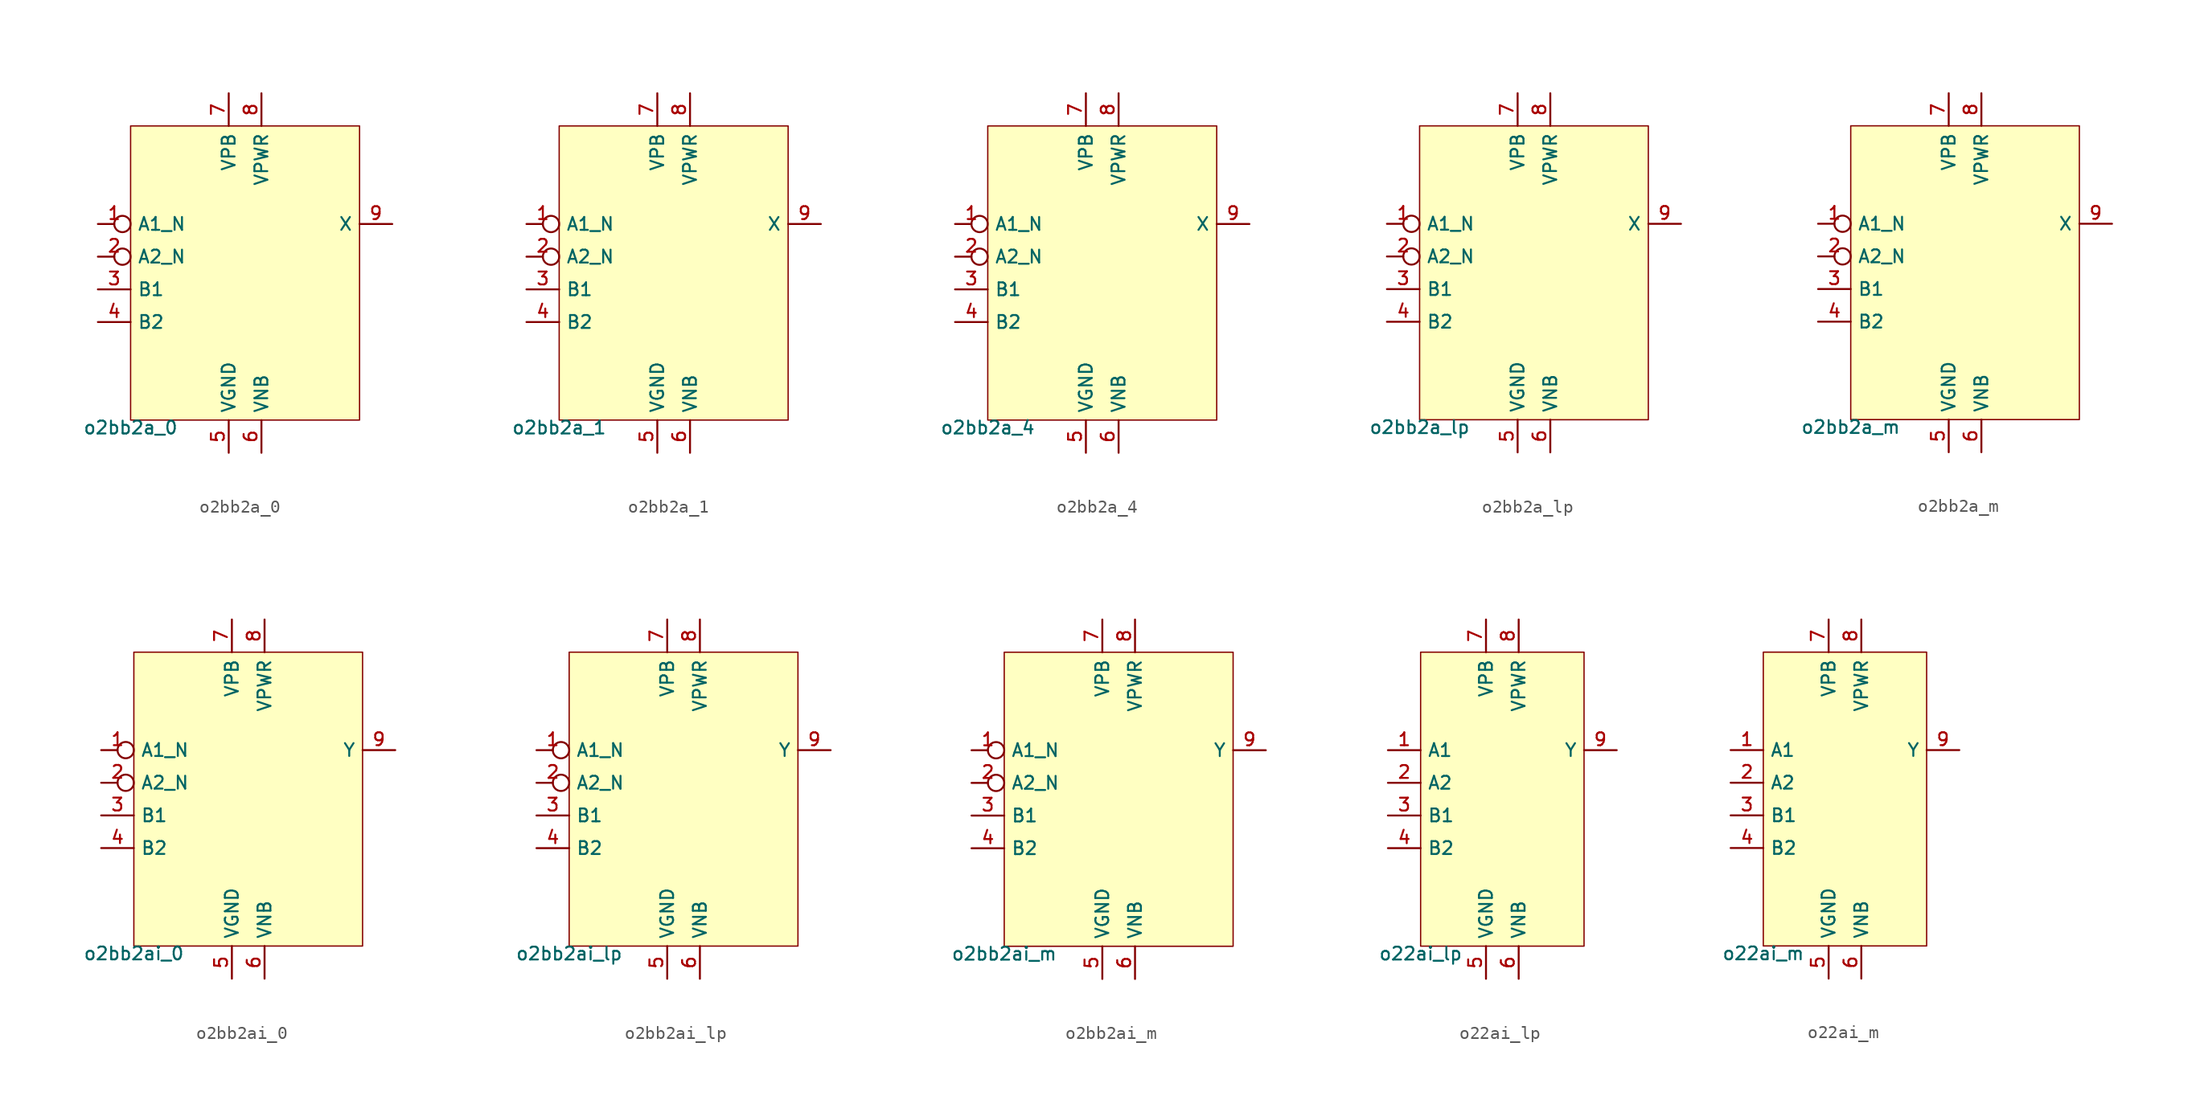
<source format=kicad_sym>
(kicad_symbol_lib
  (version 20211014)
  (generator pdk2kicad)
  (symbol "o2bb2a_0"
    (property "Reference" "X"
      (at 0 0 0)
      (effects (font (size 1 1)) hide))
    (property "Value" "o2bb2a_0"
      (at -8.89 -11.43 0)
      (effects (font (size 1 1)) (justify top)))
    (rectangle
      (start -8.89 -11.43)
      (end 8.89 11.43)
      (stroke (width 0.1) (type solid) (color 0 0 0 0))
      (fill (type background)))
    (pin input inverted
      (at -11.43 3.81 0)
      (length 2.54)
      (name "A1_N" (effects (font (size 1 1)) hide))
      (number "1" (effects (font (size 1 1)) hide)))
    (pin input inverted
      (at -11.43 1.27 0)
      (length 2.54)
      (name "A2_N" (effects (font (size 1 1)) hide))
      (number "2" (effects (font (size 1 1)) hide)))
    (pin input line
      (at -11.43 -1.27 0)
      (length 2.54)
      (name "B1" (effects (font (size 1 1)) hide))
      (number "3" (effects (font (size 1 1)) hide)))
    (pin input line
      (at -11.43 -3.81 0)
      (length 2.54)
      (name "B2" (effects (font (size 1 1)) hide))
      (number "4" (effects (font (size 1 1)) hide)))
    (pin power_in line
      (at -1.27 -13.97 90)
      (length 2.54)
      (name "VGND" (effects (font (size 1 1)) hide))
      (number "5" (effects (font (size 1 1)) hide)))
    (pin power_in line
      (at 1.27 -13.97 90)
      (length 2.54)
      (name "VNB" (effects (font (size 1 1)) hide))
      (number "6" (effects (font (size 1 1)) hide)))
    (pin power_in line
      (at -1.27 13.97 270)
      (length 2.54)
      (name "VPB" (effects (font (size 1 1)) hide))
      (number "7" (effects (font (size 1 1)) hide)))
    (pin power_in line
      (at 1.27 13.97 270)
      (length 2.54)
      (name "VPWR" (effects (font (size 1 1)) hide))
      (number "8" (effects (font (size 1 1)) hide)))
    (pin output line
      (at 11.43 3.81 180)
      (length 2.54)
      (name "X" (effects (font (size 1 1)) hide))
      (number "9" (effects (font (size 1 1)) hide))))
  (symbol "o2bb2a_1"
    (property "Reference" "X"
      (at 0 0 0)
      (effects (font (size 1 1)) hide))
    (property "Value" "o2bb2a_1"
      (at -8.89 -11.43 0)
      (effects (font (size 1 1)) (justify top)))
    (rectangle
      (start -8.89 -11.43)
      (end 8.89 11.43)
      (stroke (width 0.1) (type solid) (color 0 0 0 0))
      (fill (type background)))
    (pin input inverted
      (at -11.43 3.81 0)
      (length 2.54)
      (name "A1_N" (effects (font (size 1 1)) hide))
      (number "1" (effects (font (size 1 1)) hide)))
    (pin input inverted
      (at -11.43 1.27 0)
      (length 2.54)
      (name "A2_N" (effects (font (size 1 1)) hide))
      (number "2" (effects (font (size 1 1)) hide)))
    (pin input line
      (at -11.43 -1.27 0)
      (length 2.54)
      (name "B1" (effects (font (size 1 1)) hide))
      (number "3" (effects (font (size 1 1)) hide)))
    (pin input line
      (at -11.43 -3.81 0)
      (length 2.54)
      (name "B2" (effects (font (size 1 1)) hide))
      (number "4" (effects (font (size 1 1)) hide)))
    (pin power_in line
      (at -1.27 -13.97 90)
      (length 2.54)
      (name "VGND" (effects (font (size 1 1)) hide))
      (number "5" (effects (font (size 1 1)) hide)))
    (pin power_in line
      (at 1.27 -13.97 90)
      (length 2.54)
      (name "VNB" (effects (font (size 1 1)) hide))
      (number "6" (effects (font (size 1 1)) hide)))
    (pin power_in line
      (at -1.27 13.97 270)
      (length 2.54)
      (name "VPB" (effects (font (size 1 1)) hide))
      (number "7" (effects (font (size 1 1)) hide)))
    (pin power_in line
      (at 1.27 13.97 270)
      (length 2.54)
      (name "VPWR" (effects (font (size 1 1)) hide))
      (number "8" (effects (font (size 1 1)) hide)))
    (pin output line
      (at 11.43 3.81 180)
      (length 2.54)
      (name "X" (effects (font (size 1 1)) hide))
      (number "9" (effects (font (size 1 1)) hide))))
  (symbol "o2bb2a_4"
    (property "Reference" "X"
      (at 0 0 0)
      (effects (font (size 1 1)) hide))
    (property "Value" "o2bb2a_4"
      (at -8.89 -11.43 0)
      (effects (font (size 1 1)) (justify top)))
    (rectangle
      (start -8.89 -11.43)
      (end 8.89 11.43)
      (stroke (width 0.1) (type solid) (color 0 0 0 0))
      (fill (type background)))
    (pin input inverted
      (at -11.43 3.81 0)
      (length 2.54)
      (name "A1_N" (effects (font (size 1 1)) hide))
      (number "1" (effects (font (size 1 1)) hide)))
    (pin input inverted
      (at -11.43 1.27 0)
      (length 2.54)
      (name "A2_N" (effects (font (size 1 1)) hide))
      (number "2" (effects (font (size 1 1)) hide)))
    (pin input line
      (at -11.43 -1.27 0)
      (length 2.54)
      (name "B1" (effects (font (size 1 1)) hide))
      (number "3" (effects (font (size 1 1)) hide)))
    (pin input line
      (at -11.43 -3.81 0)
      (length 2.54)
      (name "B2" (effects (font (size 1 1)) hide))
      (number "4" (effects (font (size 1 1)) hide)))
    (pin power_in line
      (at -1.27 -13.97 90)
      (length 2.54)
      (name "VGND" (effects (font (size 1 1)) hide))
      (number "5" (effects (font (size 1 1)) hide)))
    (pin power_in line
      (at 1.27 -13.97 90)
      (length 2.54)
      (name "VNB" (effects (font (size 1 1)) hide))
      (number "6" (effects (font (size 1 1)) hide)))
    (pin power_in line
      (at -1.27 13.97 270)
      (length 2.54)
      (name "VPB" (effects (font (size 1 1)) hide))
      (number "7" (effects (font (size 1 1)) hide)))
    (pin power_in line
      (at 1.27 13.97 270)
      (length 2.54)
      (name "VPWR" (effects (font (size 1 1)) hide))
      (number "8" (effects (font (size 1 1)) hide)))
    (pin output line
      (at 11.43 3.81 180)
      (length 2.54)
      (name "X" (effects (font (size 1 1)) hide))
      (number "9" (effects (font (size 1 1)) hide))))
  (symbol "o2bb2a_lp"
    (property "Reference" "X"
      (at 0 0 0)
      (effects (font (size 1 1)) hide))
    (property "Value" "o2bb2a_lp"
      (at -8.89 -11.43 0)
      (effects (font (size 1 1)) (justify top)))
    (rectangle
      (start -8.89 -11.43)
      (end 8.89 11.43)
      (stroke (width 0.1) (type solid) (color 0 0 0 0))
      (fill (type background)))
    (pin input inverted
      (at -11.43 3.81 0)
      (length 2.54)
      (name "A1_N" (effects (font (size 1 1)) hide))
      (number "1" (effects (font (size 1 1)) hide)))
    (pin input inverted
      (at -11.43 1.27 0)
      (length 2.54)
      (name "A2_N" (effects (font (size 1 1)) hide))
      (number "2" (effects (font (size 1 1)) hide)))
    (pin input line
      (at -11.43 -1.27 0)
      (length 2.54)
      (name "B1" (effects (font (size 1 1)) hide))
      (number "3" (effects (font (size 1 1)) hide)))
    (pin input line
      (at -11.43 -3.81 0)
      (length 2.54)
      (name "B2" (effects (font (size 1 1)) hide))
      (number "4" (effects (font (size 1 1)) hide)))
    (pin power_in line
      (at -1.27 -13.97 90)
      (length 2.54)
      (name "VGND" (effects (font (size 1 1)) hide))
      (number "5" (effects (font (size 1 1)) hide)))
    (pin power_in line
      (at 1.27 -13.97 90)
      (length 2.54)
      (name "VNB" (effects (font (size 1 1)) hide))
      (number "6" (effects (font (size 1 1)) hide)))
    (pin power_in line
      (at -1.27 13.97 270)
      (length 2.54)
      (name "VPB" (effects (font (size 1 1)) hide))
      (number "7" (effects (font (size 1 1)) hide)))
    (pin power_in line
      (at 1.27 13.97 270)
      (length 2.54)
      (name "VPWR" (effects (font (size 1 1)) hide))
      (number "8" (effects (font (size 1 1)) hide)))
    (pin output line
      (at 11.43 3.81 180)
      (length 2.54)
      (name "X" (effects (font (size 1 1)) hide))
      (number "9" (effects (font (size 1 1)) hide))))
  (symbol "o2bb2a_m"
    (property "Reference" "X"
      (at 0 0 0)
      (effects (font (size 1 1)) hide))
    (property "Value" "o2bb2a_m"
      (at -8.89 -11.43 0)
      (effects (font (size 1 1)) (justify top)))
    (rectangle
      (start -8.89 -11.43)
      (end 8.89 11.43)
      (stroke (width 0.1) (type solid) (color 0 0 0 0))
      (fill (type background)))
    (pin input inverted
      (at -11.43 3.81 0)
      (length 2.54)
      (name "A1_N" (effects (font (size 1 1)) hide))
      (number "1" (effects (font (size 1 1)) hide)))
    (pin input inverted
      (at -11.43 1.27 0)
      (length 2.54)
      (name "A2_N" (effects (font (size 1 1)) hide))
      (number "2" (effects (font (size 1 1)) hide)))
    (pin input line
      (at -11.43 -1.27 0)
      (length 2.54)
      (name "B1" (effects (font (size 1 1)) hide))
      (number "3" (effects (font (size 1 1)) hide)))
    (pin input line
      (at -11.43 -3.81 0)
      (length 2.54)
      (name "B2" (effects (font (size 1 1)) hide))
      (number "4" (effects (font (size 1 1)) hide)))
    (pin power_in line
      (at -1.27 -13.97 90)
      (length 2.54)
      (name "VGND" (effects (font (size 1 1)) hide))
      (number "5" (effects (font (size 1 1)) hide)))
    (pin power_in line
      (at 1.27 -13.97 90)
      (length 2.54)
      (name "VNB" (effects (font (size 1 1)) hide))
      (number "6" (effects (font (size 1 1)) hide)))
    (pin power_in line
      (at -1.27 13.97 270)
      (length 2.54)
      (name "VPB" (effects (font (size 1 1)) hide))
      (number "7" (effects (font (size 1 1)) hide)))
    (pin power_in line
      (at 1.27 13.97 270)
      (length 2.54)
      (name "VPWR" (effects (font (size 1 1)) hide))
      (number "8" (effects (font (size 1 1)) hide)))
    (pin output line
      (at 11.43 3.81 180)
      (length 2.54)
      (name "X" (effects (font (size 1 1)) hide))
      (number "9" (effects (font (size 1 1)) hide))))
  (symbol "o2bb2ai_0"
    (property "Reference" "X"
      (at 0 0 0)
      (effects (font (size 1 1)) hide))
    (property "Value" "o2bb2ai_0"
      (at -8.89 -11.43 0)
      (effects (font (size 1 1)) (justify top)))
    (rectangle
      (start -8.89 -11.43)
      (end 8.89 11.43)
      (stroke (width 0.1) (type solid) (color 0 0 0 0))
      (fill (type background)))
    (pin input inverted
      (at -11.43 3.81 0)
      (length 2.54)
      (name "A1_N" (effects (font (size 1 1)) hide))
      (number "1" (effects (font (size 1 1)) hide)))
    (pin input inverted
      (at -11.43 1.27 0)
      (length 2.54)
      (name "A2_N" (effects (font (size 1 1)) hide))
      (number "2" (effects (font (size 1 1)) hide)))
    (pin input line
      (at -11.43 -1.27 0)
      (length 2.54)
      (name "B1" (effects (font (size 1 1)) hide))
      (number "3" (effects (font (size 1 1)) hide)))
    (pin input line
      (at -11.43 -3.81 0)
      (length 2.54)
      (name "B2" (effects (font (size 1 1)) hide))
      (number "4" (effects (font (size 1 1)) hide)))
    (pin power_in line
      (at -1.27 -13.97 90)
      (length 2.54)
      (name "VGND" (effects (font (size 1 1)) hide))
      (number "5" (effects (font (size 1 1)) hide)))
    (pin power_in line
      (at 1.27 -13.97 90)
      (length 2.54)
      (name "VNB" (effects (font (size 1 1)) hide))
      (number "6" (effects (font (size 1 1)) hide)))
    (pin power_in line
      (at -1.27 13.97 270)
      (length 2.54)
      (name "VPB" (effects (font (size 1 1)) hide))
      (number "7" (effects (font (size 1 1)) hide)))
    (pin power_in line
      (at 1.27 13.97 270)
      (length 2.54)
      (name "VPWR" (effects (font (size 1 1)) hide))
      (number "8" (effects (font (size 1 1)) hide)))
    (pin output line
      (at 11.43 3.81 180)
      (length 2.54)
      (name "Y" (effects (font (size 1 1)) hide))
      (number "9" (effects (font (size 1 1)) hide))))
  (symbol "o2bb2ai_lp"
    (property "Reference" "X"
      (at 0 0 0)
      (effects (font (size 1 1)) hide))
    (property "Value" "o2bb2ai_lp"
      (at -8.89 -11.43 0)
      (effects (font (size 1 1)) (justify top)))
    (rectangle
      (start -8.89 -11.43)
      (end 8.89 11.43)
      (stroke (width 0.1) (type solid) (color 0 0 0 0))
      (fill (type background)))
    (pin input inverted
      (at -11.43 3.81 0)
      (length 2.54)
      (name "A1_N" (effects (font (size 1 1)) hide))
      (number "1" (effects (font (size 1 1)) hide)))
    (pin input inverted
      (at -11.43 1.27 0)
      (length 2.54)
      (name "A2_N" (effects (font (size 1 1)) hide))
      (number "2" (effects (font (size 1 1)) hide)))
    (pin input line
      (at -11.43 -1.27 0)
      (length 2.54)
      (name "B1" (effects (font (size 1 1)) hide))
      (number "3" (effects (font (size 1 1)) hide)))
    (pin input line
      (at -11.43 -3.81 0)
      (length 2.54)
      (name "B2" (effects (font (size 1 1)) hide))
      (number "4" (effects (font (size 1 1)) hide)))
    (pin power_in line
      (at -1.27 -13.97 90)
      (length 2.54)
      (name "VGND" (effects (font (size 1 1)) hide))
      (number "5" (effects (font (size 1 1)) hide)))
    (pin power_in line
      (at 1.27 -13.97 90)
      (length 2.54)
      (name "VNB" (effects (font (size 1 1)) hide))
      (number "6" (effects (font (size 1 1)) hide)))
    (pin power_in line
      (at -1.27 13.97 270)
      (length 2.54)
      (name "VPB" (effects (font (size 1 1)) hide))
      (number "7" (effects (font (size 1 1)) hide)))
    (pin power_in line
      (at 1.27 13.97 270)
      (length 2.54)
      (name "VPWR" (effects (font (size 1 1)) hide))
      (number "8" (effects (font (size 1 1)) hide)))
    (pin output line
      (at 11.43 3.81 180)
      (length 2.54)
      (name "Y" (effects (font (size 1 1)) hide))
      (number "9" (effects (font (size 1 1)) hide))))
  (symbol "o2bb2ai_m"
    (property "Reference" "X"
      (at 0 0 0)
      (effects (font (size 1 1)) hide))
    (property "Value" "o2bb2ai_m"
      (at -8.89 -11.43 0)
      (effects (font (size 1 1)) (justify top)))
    (rectangle
      (start -8.89 -11.43)
      (end 8.89 11.43)
      (stroke (width 0.1) (type solid) (color 0 0 0 0))
      (fill (type background)))
    (pin input inverted
      (at -11.43 3.81 0)
      (length 2.54)
      (name "A1_N" (effects (font (size 1 1)) hide))
      (number "1" (effects (font (size 1 1)) hide)))
    (pin input inverted
      (at -11.43 1.27 0)
      (length 2.54)
      (name "A2_N" (effects (font (size 1 1)) hide))
      (number "2" (effects (font (size 1 1)) hide)))
    (pin input line
      (at -11.43 -1.27 0)
      (length 2.54)
      (name "B1" (effects (font (size 1 1)) hide))
      (number "3" (effects (font (size 1 1)) hide)))
    (pin input line
      (at -11.43 -3.81 0)
      (length 2.54)
      (name "B2" (effects (font (size 1 1)) hide))
      (number "4" (effects (font (size 1 1)) hide)))
    (pin power_in line
      (at -1.27 -13.97 90)
      (length 2.54)
      (name "VGND" (effects (font (size 1 1)) hide))
      (number "5" (effects (font (size 1 1)) hide)))
    (pin power_in line
      (at 1.27 -13.97 90)
      (length 2.54)
      (name "VNB" (effects (font (size 1 1)) hide))
      (number "6" (effects (font (size 1 1)) hide)))
    (pin power_in line
      (at -1.27 13.97 270)
      (length 2.54)
      (name "VPB" (effects (font (size 1 1)) hide))
      (number "7" (effects (font (size 1 1)) hide)))
    (pin power_in line
      (at 1.27 13.97 270)
      (length 2.54)
      (name "VPWR" (effects (font (size 1 1)) hide))
      (number "8" (effects (font (size 1 1)) hide)))
    (pin output line
      (at 11.43 3.81 180)
      (length 2.54)
      (name "Y" (effects (font (size 1 1)) hide))
      (number "9" (effects (font (size 1 1)) hide))))
  (symbol "o22ai_lp"
    (property "Reference" "X"
      (at 0 0 0)
      (effects (font (size 1 1)) hide))
    (property "Value" "o22ai_lp"
      (at -6.35 -11.43 0)
      (effects (font (size 1 1)) (justify top)))
    (rectangle
      (start -6.35 -11.43)
      (end 6.35 11.43)
      (stroke (width 0.1) (type solid) (color 0 0 0 0))
      (fill (type background)))
    (pin input line
      (at -8.89 3.81 0)
      (length 2.54)
      (name "A1" (effects (font (size 1 1)) hide))
      (number "1" (effects (font (size 1 1)) hide)))
    (pin input line
      (at -8.89 1.27 0)
      (length 2.54)
      (name "A2" (effects (font (size 1 1)) hide))
      (number "2" (effects (font (size 1 1)) hide)))
    (pin input line
      (at -8.89 -1.27 0)
      (length 2.54)
      (name "B1" (effects (font (size 1 1)) hide))
      (number "3" (effects (font (size 1 1)) hide)))
    (pin input line
      (at -8.89 -3.81 0)
      (length 2.54)
      (name "B2" (effects (font (size 1 1)) hide))
      (number "4" (effects (font (size 1 1)) hide)))
    (pin power_in line
      (at -1.27 -13.97 90)
      (length 2.54)
      (name "VGND" (effects (font (size 1 1)) hide))
      (number "5" (effects (font (size 1 1)) hide)))
    (pin power_in line
      (at 1.27 -13.97 90)
      (length 2.54)
      (name "VNB" (effects (font (size 1 1)) hide))
      (number "6" (effects (font (size 1 1)) hide)))
    (pin power_in line
      (at -1.27 13.97 270)
      (length 2.54)
      (name "VPB" (effects (font (size 1 1)) hide))
      (number "7" (effects (font (size 1 1)) hide)))
    (pin power_in line
      (at 1.27 13.97 270)
      (length 2.54)
      (name "VPWR" (effects (font (size 1 1)) hide))
      (number "8" (effects (font (size 1 1)) hide)))
    (pin output line
      (at 8.89 3.81 180)
      (length 2.54)
      (name "Y" (effects (font (size 1 1)) hide))
      (number "9" (effects (font (size 1 1)) hide))))
  (symbol "o22ai_m"
    (property "Reference" "X"
      (at 0 0 0)
      (effects (font (size 1 1)) hide))
    (property "Value" "o22ai_m"
      (at -6.35 -11.43 0)
      (effects (font (size 1 1)) (justify top)))
    (rectangle
      (start -6.35 -11.43)
      (end 6.35 11.43)
      (stroke (width 0.1) (type solid) (color 0 0 0 0))
      (fill (type background)))
    (pin input line
      (at -8.89 3.81 0)
      (length 2.54)
      (name "A1" (effects (font (size 1 1)) hide))
      (number "1" (effects (font (size 1 1)) hide)))
    (pin input line
      (at -8.89 1.27 0)
      (length 2.54)
      (name "A2" (effects (font (size 1 1)) hide))
      (number "2" (effects (font (size 1 1)) hide)))
    (pin input line
      (at -8.89 -1.27 0)
      (length 2.54)
      (name "B1" (effects (font (size 1 1)) hide))
      (number "3" (effects (font (size 1 1)) hide)))
    (pin input line
      (at -8.89 -3.81 0)
      (length 2.54)
      (name "B2" (effects (font (size 1 1)) hide))
      (number "4" (effects (font (size 1 1)) hide)))
    (pin power_in line
      (at -1.27 -13.97 90)
      (length 2.54)
      (name "VGND" (effects (font (size 1 1)) hide))
      (number "5" (effects (font (size 1 1)) hide)))
    (pin power_in line
      (at 1.27 -13.97 90)
      (length 2.54)
      (name "VNB" (effects (font (size 1 1)) hide))
      (number "6" (effects (font (size 1 1)) hide)))
    (pin power_in line
      (at -1.27 13.97 270)
      (length 2.54)
      (name "VPB" (effects (font (size 1 1)) hide))
      (number "7" (effects (font (size 1 1)) hide)))
    (pin power_in line
      (at 1.27 13.97 270)
      (length 2.54)
      (name "VPWR" (effects (font (size 1 1)) hide))
      (number "8" (effects (font (size 1 1)) hide)))
    (pin output line
      (at 8.89 3.81 180)
      (length 2.54)
      (name "Y" (effects (font (size 1 1)) hide))
      (number "9" (effects (font (size 1 1)) hide)))))
</source>
